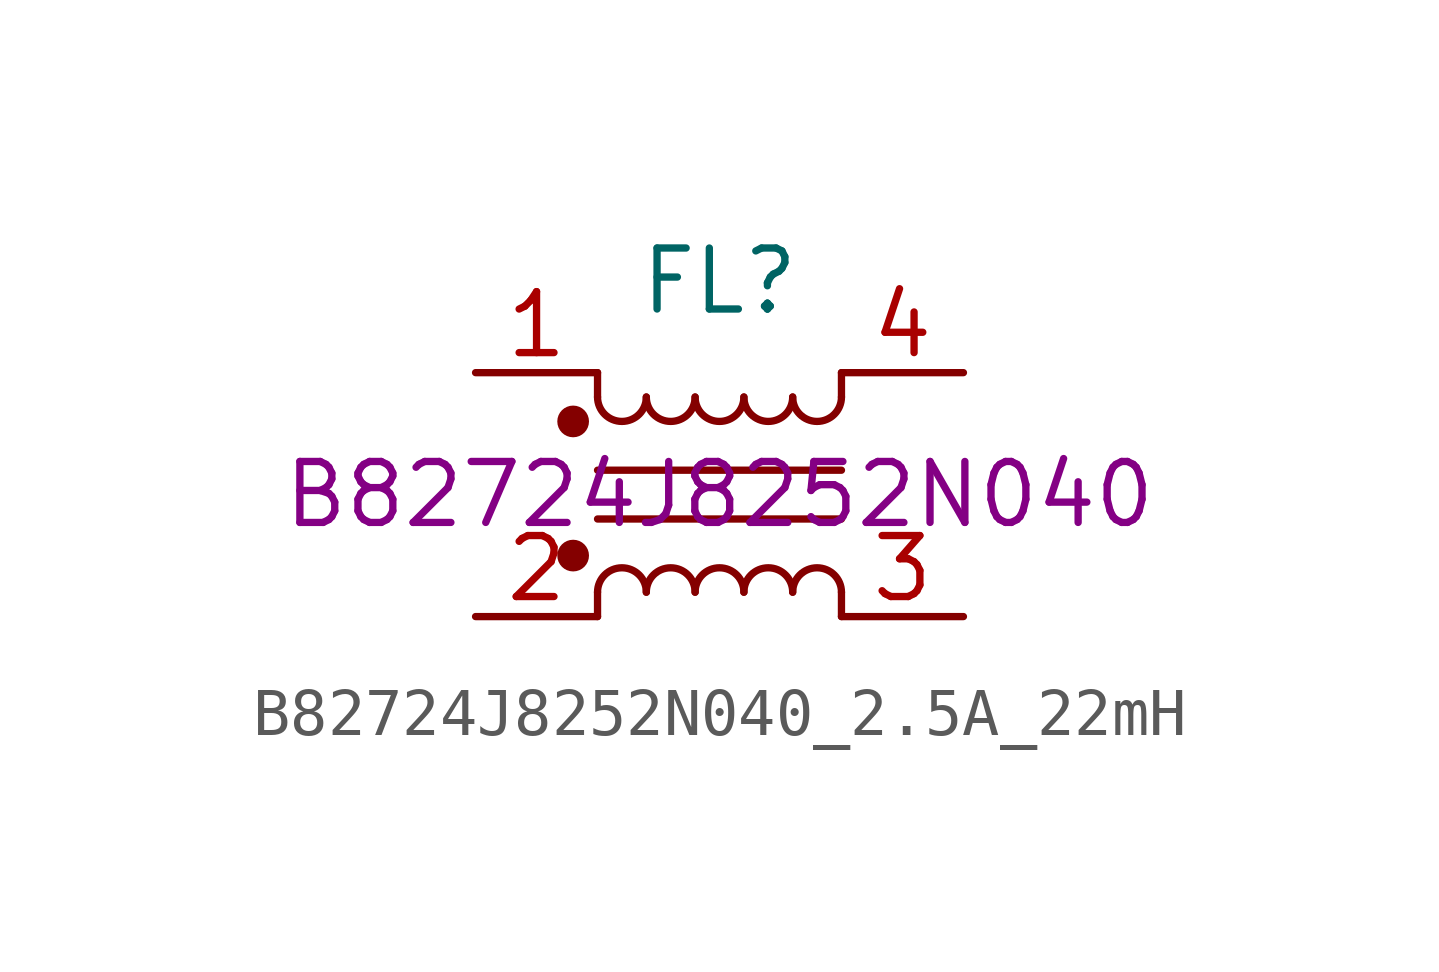
<source format=kicad_sym>
(kicad_symbol_lib
  (version 20211014)
  (generator kicad_symbol_editor)
  (symbol "B82724J8252N040_2.5A_22mH"
    (pin_names
      (offset 0.254) hide)
    (property "Reference" "FL"
      (at 0 4.445 0)
      (effects (font (size 1.27 1.27))))
    (property "Manufacturer Part Number" "B82724J8252N040"
      (at 0 0 0)
      (effects (font (size 1.27 1.27))))
    (symbol "B82724J8252N040_2.5A_22mH_0_1"
      (circle (center -3.048 -1.27) (radius 0.254) (stroke (width 0) (type default) (color 0 0 0 0)) (fill (type outline)))
      (circle (center -3.048 1.524) (radius 0.254) (stroke (width 0) (type default) (color 0 0 0 0)) (fill (type outline)))
      (arc (start -2.54 2.032) (mid -2.032 1.524) (end -1.524 2.032) (stroke (width 0) (type default) (color 0 0 0 0)) (fill (type none)))
      (arc (start -1.524 -2.032) (mid -2.032 -1.524) (end -2.54 -2.032) (stroke (width 0) (type default) (color 0 0 0 0)) (fill (type none)))
      (arc (start -1.524 2.032) (mid -1.016 1.524) (end -0.508 2.032) (stroke (width 0) (type default) (color 0 0 0 0)) (fill (type none)))
      (arc (start -0.508 -2.032) (mid -1.016 -1.524) (end -1.524 -2.032) (stroke (width 0) (type default) (color 0 0 0 0)) (fill (type none)))
      (arc (start -0.508 2.032) (mid 0 1.524) (end 0.508 2.032) (stroke (width 0) (type default) (color 0 0 0 0)) (fill (type none)))
      (polyline (pts (xy -2.54 -2.032) (xy -2.54 -2.54)) (stroke (width 0) (type default) (color 0 0 0 0)) (fill (type none)))
      (polyline (pts (xy -2.54 0.508) (xy 2.54 0.508)) (stroke (width 0) (type default) (color 0 0 0 0)) (fill (type none)))
      (polyline (pts (xy -2.54 2.032) (xy -2.54 2.54)) (stroke (width 0) (type default) (color 0 0 0 0)) (fill (type none)))
      (polyline (pts (xy 2.54 -2.032) (xy 2.54 -2.54)) (stroke (width 0) (type default) (color 0 0 0 0)) (fill (type none)))
      (polyline (pts (xy 2.54 -0.508) (xy -2.54 -0.508)) (stroke (width 0) (type default) (color 0 0 0 0)) (fill (type none)))
      (polyline (pts (xy 2.54 2.54) (xy 2.54 2.032)) (stroke (width 0) (type default) (color 0 0 0 0)) (fill (type none)))
      (arc (start 0.508 -2.032) (mid 0 -1.524) (end -0.508 -2.032) (stroke (width 0) (type default) (color 0 0 0 0)) (fill (type none)))
      (arc (start 0.508 2.032) (mid 1.016 1.524) (end 1.524 2.032) (stroke (width 0) (type default) (color 0 0 0 0)) (fill (type none)))
      (arc (start 1.524 -2.032) (mid 1.016 -1.524) (end 0.508 -2.032) (stroke (width 0) (type default) (color 0 0 0 0)) (fill (type none)))
      (arc (start 1.524 2.032) (mid 2.032 1.524) (end 2.54 2.032) (stroke (width 0) (type default) (color 0 0 0 0)) (fill (type none)))
      (arc (start 2.54 -2.032) (mid 2.032 -1.524) (end 1.524 -2.032) (stroke (width 0) (type default) (color 0 0 0 0)) (fill (type none))))
    (symbol "B82724J8252N040_2.5A_22mH_1_1"
      (pin passive line (at -5.08 2.54 0) (length 2.54) (name "1" (effects (font (size 1.27 1.27)))) (number "1" (effects (font (size 1.27 1.27)))))
      (pin passive line (at -5.08 -2.54 0) (length 2.54) (name "2" (effects (font (size 1.27 1.27)))) (number "2" (effects (font (size 1.27 1.27)))))
      (pin passive line (at 5.08 -2.54 180) (length 2.54) (name "3" (effects (font (size 1.27 1.27)))) (number "3" (effects (font (size 1.27 1.27)))))
      (pin passive line (at 5.08 2.54 180) (length 2.54) (name "4" (effects (font (size 1.27 1.27)))) (number "4" (effects (font (size 1.27 1.27))))))))
</source>
